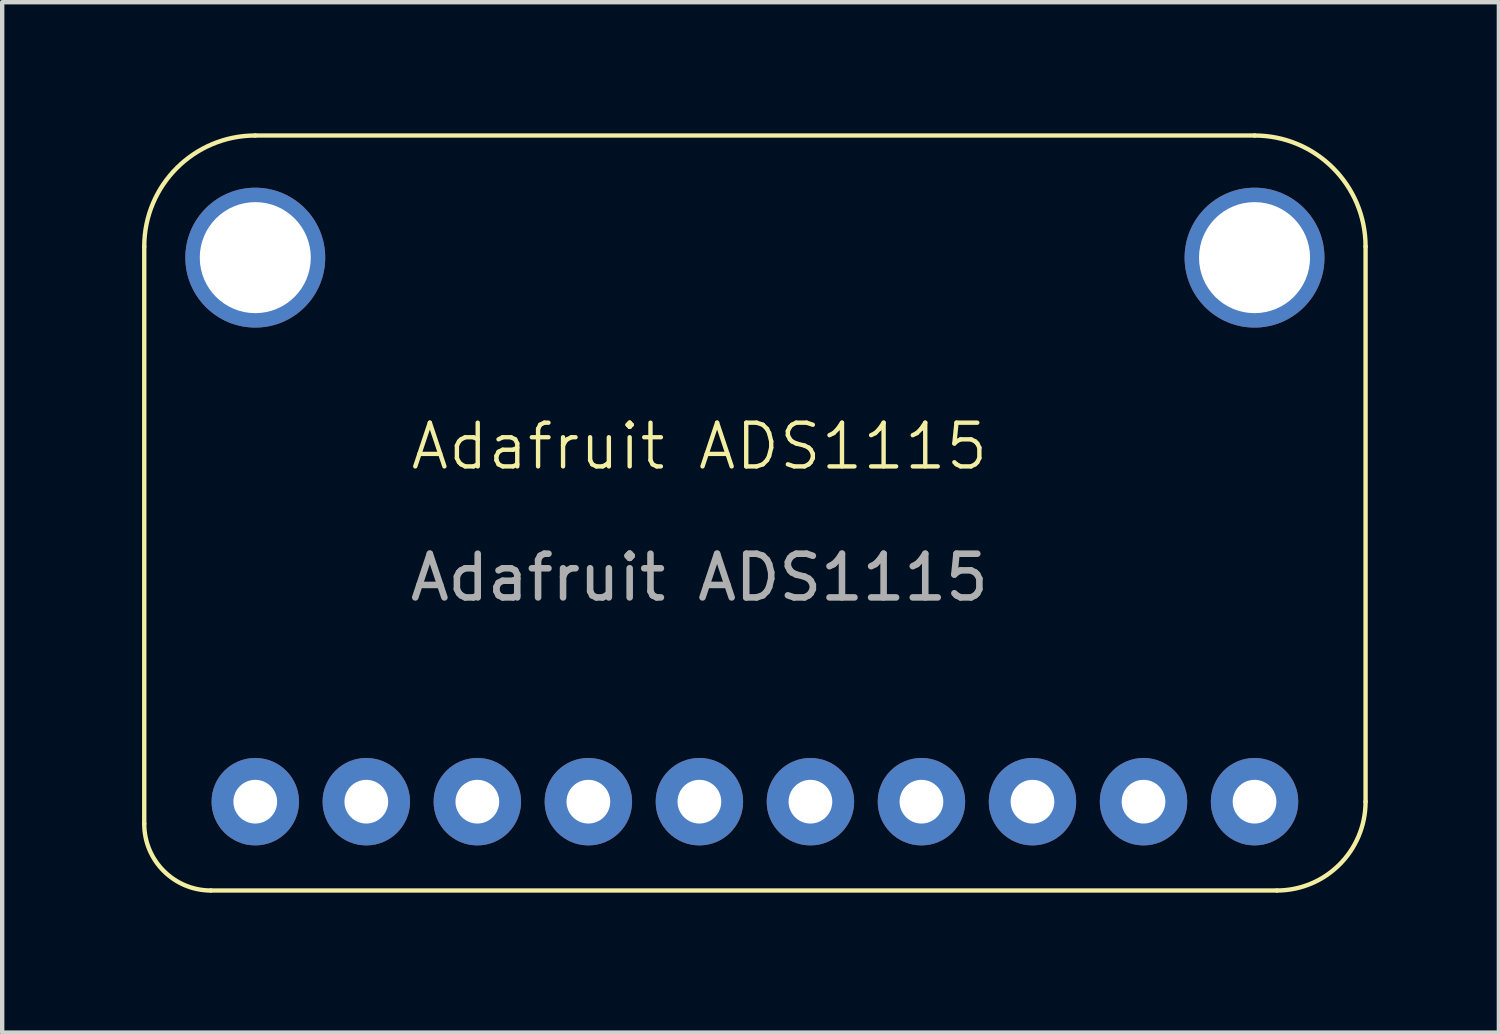
<source format=kicad_pcb>
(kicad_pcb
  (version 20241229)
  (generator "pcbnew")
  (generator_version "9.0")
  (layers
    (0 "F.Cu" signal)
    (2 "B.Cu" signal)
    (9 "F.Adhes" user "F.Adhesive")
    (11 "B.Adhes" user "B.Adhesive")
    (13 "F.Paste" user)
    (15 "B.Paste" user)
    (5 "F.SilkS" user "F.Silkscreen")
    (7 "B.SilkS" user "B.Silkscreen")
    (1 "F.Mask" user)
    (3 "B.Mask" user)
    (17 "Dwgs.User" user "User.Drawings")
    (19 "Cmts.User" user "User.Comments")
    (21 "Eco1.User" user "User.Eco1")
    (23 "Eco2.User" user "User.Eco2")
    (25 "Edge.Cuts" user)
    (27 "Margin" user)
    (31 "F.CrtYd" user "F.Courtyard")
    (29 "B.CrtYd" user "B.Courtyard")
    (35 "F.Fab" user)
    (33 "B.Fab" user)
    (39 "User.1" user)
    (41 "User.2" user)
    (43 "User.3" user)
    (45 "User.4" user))
  (footprint "Adafruit ADS1115"
    (layer "F.Cu")
    (at 0.25 17.322)
    (property "Reference" "Adafruit ADS1115" (at 12.7 -10.16 0) (unlocked yes) (layer "F.SilkS") (effects (font (size 1 1) (thickness 0.1))))
    (attr through_hole)
    (fp_line (start 0 -14.732) (end 0 -1.524) (stroke (width 0.1) (type default)) (layer "F.SilkS"))
    (fp_line (start 25.4 -17.272) (end 2.54 -17.272) (stroke (width 0.1) (type default)) (layer "F.SilkS"))
    (fp_line (start 25.908 0) (end 1.524 0) (stroke (width 0.1) (type default)) (layer "F.SilkS"))
    (fp_line (start 27.94 -14.732) (end 27.94 -2.032) (stroke (width 0.1) (type default)) (layer "F.SilkS"))
    (fp_arc (start 0 -14.732) (mid 0.743949 -16.528051) (end 2.54 -17.272) (stroke (width 0.1) (type default)) (layer "F.SilkS"))
    (fp_arc (start 1.524 0) (mid 0.446369 -0.446369) (end 0 -1.524) (stroke (width 0.1) (type default)) (layer "F.SilkS"))
    (fp_arc (start 25.4 -17.272) (mid 27.196051 -16.528051) (end 27.94 -14.732) (stroke (width 0.1) (type default)) (layer "F.SilkS"))
    (fp_arc (start 27.94 -2.032) (mid 27.344841 -0.595159) (end 25.908 0) (stroke (width 0.1) (type default)) (layer "F.SilkS"))
    (fp_text user "${REFERENCE}" (at 12.7 -7.16 0) (unlocked yes) (layer "F.Fab") (effects (font (size 1 1) (thickness 0.15))))
    (pad "1" thru_hole circle (at 2.54 -2.032) (size 2 2) (drill 1) (layers "*.Cu" "B.Mask"))
    (pad "2" thru_hole circle (at 5.08 -2.032) (size 2 2) (drill 1) (layers "*.Cu" "B.Mask"))
    (pad "3" thru_hole circle (at 7.62 -2.032) (size 2 2) (drill 1) (layers "*.Cu" "B.Mask"))
    (pad "4" thru_hole circle (at 10.16 -2.032) (size 2 2) (drill 1) (layers "*.Cu" "B.Mask"))
    (pad "5" thru_hole circle (at 12.7 -2.032) (size 2 2) (drill 1) (layers "*.Cu" "B.Mask"))
    (pad "6" thru_hole circle (at 15.24 -2.032) (size 2 2) (drill 1) (layers "*.Cu" "B.Mask"))
    (pad "7" thru_hole circle (at 17.78 -2.032) (size 2 2) (drill 1) (layers "*.Cu" "B.Mask"))
    (pad "8" thru_hole circle (at 20.32 -2.032) (size 2 2) (drill 1) (layers "*.Cu" "B.Mask"))
    (pad "9" thru_hole circle (at 22.86 -2.032) (size 2 2) (drill 1) (layers "*.Cu" "B.Mask"))
    (pad "10" thru_hole circle (at 25.4 -2.032) (size 2 2) (drill 1) (layers "*.Cu" "B.Mask"))
    (pad "11" thru_hole circle (at 2.54 -14.478) (size 3.2 3.2) (drill 2.54) (layers "*.Cu" "*.Mask"))
    (pad "12" thru_hole circle (at 25.4 -14.478) (size 3.2 3.2) (drill 2.54) (layers "*.Cu" "*.Mask")))
  (gr_rect
    (start -3 -3)
    (end 31.24 20.572)
    (stroke (width 0.1) (type default))
    (fill no)
    (layer "Edge.Cuts")))
</source>
